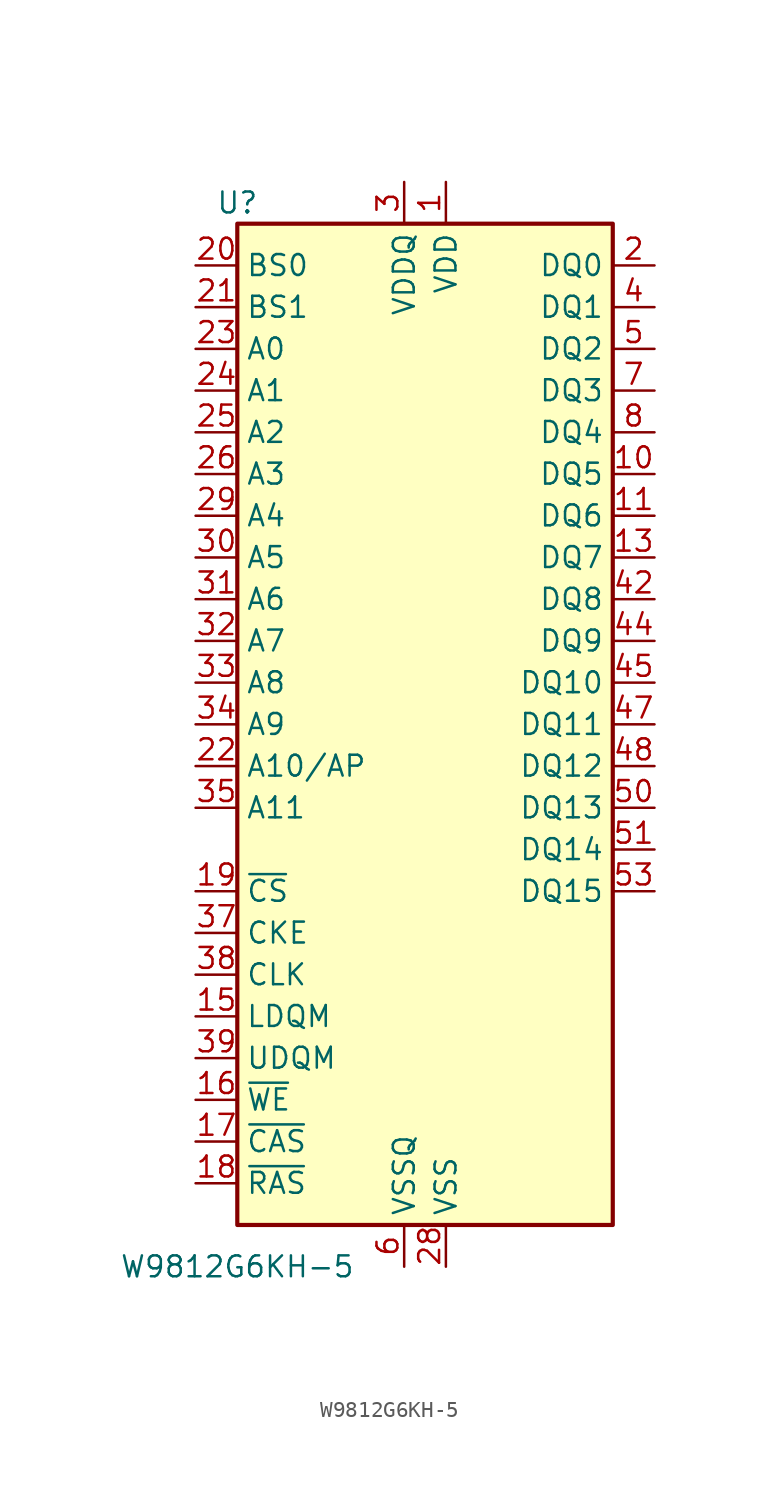
<source format=kicad_sym>
(kicad_symbol_lib
  (version 20220914)
  (generator kicad_symbol_editor)
  (symbol "W9812G6KH-5"
    (property "Reference" "U"
      (at -10.16 31.75 0)
      (effects (font (size 1.27 1.27))))
    (property "Value" "W9812G6KH-5"
      (at -10.16 -33.02 0)
      (effects (font (size 1.27 1.27))))
    (symbol "W9812G6KH-5_1_1"
      (rectangle (start -10.16 30.48) (end 12.7 -30.48) (stroke (width 0.254) (type solid)) (fill (type background)))
      (pin power_in line (at 2.54 33.02 270) (length 2.54) (name "VDD" (effects (font (size 1.27 1.27)))) (number "1" (effects (font (size 1.27 1.27)))))
      (pin bidirectional line (at 15.24 15.24 180) (length 2.54) (name "DQ5" (effects (font (size 1.27 1.27)))) (number "10" (effects (font (size 1.27 1.27)))))
      (pin bidirectional line (at 15.24 12.7 180) (length 2.54) (name "DQ6" (effects (font (size 1.27 1.27)))) (number "11" (effects (font (size 1.27 1.27)))))
      (pin passive line (at 0 -33.02 90) (length 2.54) hide (name "VSSQ" (effects (font (size 1.27 1.27)))) (number "12" (effects (font (size 1.27 1.27)))))
      (pin bidirectional line (at 15.24 10.16 180) (length 2.54) (name "DQ7" (effects (font (size 1.27 1.27)))) (number "13" (effects (font (size 1.27 1.27)))))
      (pin passive line (at 2.54 33.02 270) (length 2.54) hide (name "VDD" (effects (font (size 1.27 1.27)))) (number "14" (effects (font (size 1.27 1.27)))))
      (pin input line (at -12.7 -17.78 0) (length 2.54) (name "LDQM" (effects (font (size 1.27 1.27)))) (number "15" (effects (font (size 1.27 1.27)))))
      (pin input line (at -12.7 -22.86 0) (length 2.54) (name "~{WE}" (effects (font (size 1.27 1.27)))) (number "16" (effects (font (size 1.27 1.27)))))
      (pin input line (at -12.7 -25.4 0) (length 2.54) (name "~{CAS}" (effects (font (size 1.27 1.27)))) (number "17" (effects (font (size 1.27 1.27)))))
      (pin input line (at -12.7 -27.94 0) (length 2.54) (name "~{RAS}" (effects (font (size 1.27 1.27)))) (number "18" (effects (font (size 1.27 1.27)))))
      (pin input line (at -12.7 -10.16 0) (length 2.54) (name "~{CS}" (effects (font (size 1.27 1.27)))) (number "19" (effects (font (size 1.27 1.27)))))
      (pin bidirectional line (at 15.24 27.94 180) (length 2.54) (name "DQ0" (effects (font (size 1.27 1.27)))) (number "2" (effects (font (size 1.27 1.27)))))
      (pin input line (at -12.7 27.94 0) (length 2.54) (name "BS0" (effects (font (size 1.27 1.27)))) (number "20" (effects (font (size 1.27 1.27)))))
      (pin input line (at -12.7 25.4 0) (length 2.54) (name "BS1" (effects (font (size 1.27 1.27)))) (number "21" (effects (font (size 1.27 1.27)))))
      (pin input line (at -12.7 -2.54 0) (length 2.54) (name "A10/AP" (effects (font (size 1.27 1.27)))) (number "22" (effects (font (size 1.27 1.27)))))
      (pin input line (at -12.7 22.86 0) (length 2.54) (name "A0" (effects (font (size 1.27 1.27)))) (number "23" (effects (font (size 1.27 1.27)))))
      (pin input line (at -12.7 20.32 0) (length 2.54) (name "A1" (effects (font (size 1.27 1.27)))) (number "24" (effects (font (size 1.27 1.27)))))
      (pin input line (at -12.7 17.78 0) (length 2.54) (name "A2" (effects (font (size 1.27 1.27)))) (number "25" (effects (font (size 1.27 1.27)))))
      (pin input line (at -12.7 15.24 0) (length 2.54) (name "A3" (effects (font (size 1.27 1.27)))) (number "26" (effects (font (size 1.27 1.27)))))
      (pin passive line (at 2.54 33.02 270) (length 2.54) hide (name "VDD" (effects (font (size 1.27 1.27)))) (number "27" (effects (font (size 1.27 1.27)))))
      (pin power_in line (at 2.54 -33.02 90) (length 2.54) (name "VSS" (effects (font (size 1.27 1.27)))) (number "28" (effects (font (size 1.27 1.27)))))
      (pin input line (at -12.7 12.7 0) (length 2.54) (name "A4" (effects (font (size 1.27 1.27)))) (number "29" (effects (font (size 1.27 1.27)))))
      (pin power_in line (at 0 33.02 270) (length 2.54) (name "VDDQ" (effects (font (size 1.27 1.27)))) (number "3" (effects (font (size 1.27 1.27)))))
      (pin input line (at -12.7 10.16 0) (length 2.54) (name "A5" (effects (font (size 1.27 1.27)))) (number "30" (effects (font (size 1.27 1.27)))))
      (pin input line (at -12.7 7.62 0) (length 2.54) (name "A6" (effects (font (size 1.27 1.27)))) (number "31" (effects (font (size 1.27 1.27)))))
      (pin input line (at -12.7 5.08 0) (length 2.54) (name "A7" (effects (font (size 1.27 1.27)))) (number "32" (effects (font (size 1.27 1.27)))))
      (pin input line (at -12.7 2.54 0) (length 2.54) (name "A8" (effects (font (size 1.27 1.27)))) (number "33" (effects (font (size 1.27 1.27)))))
      (pin input line (at -12.7 0 0) (length 2.54) (name "A9" (effects (font (size 1.27 1.27)))) (number "34" (effects (font (size 1.27 1.27)))))
      (pin input line (at -12.7 -5.08 0) (length 2.54) (name "A11" (effects (font (size 1.27 1.27)))) (number "35" (effects (font (size 1.27 1.27)))))
      (pin no_connect line (at 12.7 -15.24 180) (length 2.54) hide (name "NC" (effects (font (size 1.27 1.27)))) (number "36" (effects (font (size 1.27 1.27)))))
      (pin input line (at -12.7 -12.7 0) (length 2.54) (name "CKE" (effects (font (size 1.27 1.27)))) (number "37" (effects (font (size 1.27 1.27)))))
      (pin input line (at -12.7 -15.24 0) (length 2.54) (name "CLK" (effects (font (size 1.27 1.27)))) (number "38" (effects (font (size 1.27 1.27)))))
      (pin input line (at -12.7 -20.32 0) (length 2.54) (name "UDQM" (effects (font (size 1.27 1.27)))) (number "39" (effects (font (size 1.27 1.27)))))
      (pin bidirectional line (at 15.24 25.4 180) (length 2.54) (name "DQ1" (effects (font (size 1.27 1.27)))) (number "4" (effects (font (size 1.27 1.27)))))
      (pin no_connect line (at 12.7 -17.78 180) (length 2.54) hide (name "NC" (effects (font (size 1.27 1.27)))) (number "40" (effects (font (size 1.27 1.27)))))
      (pin passive line (at 2.54 -33.02 90) (length 2.54) hide (name "VSS" (effects (font (size 1.27 1.27)))) (number "41" (effects (font (size 1.27 1.27)))))
      (pin bidirectional line (at 15.24 7.62 180) (length 2.54) (name "DQ8" (effects (font (size 1.27 1.27)))) (number "42" (effects (font (size 1.27 1.27)))))
      (pin passive line (at 0 33.02 270) (length 2.54) hide (name "VDDQ" (effects (font (size 1.27 1.27)))) (number "43" (effects (font (size 1.27 1.27)))))
      (pin bidirectional line (at 15.24 5.08 180) (length 2.54) (name "DQ9" (effects (font (size 1.27 1.27)))) (number "44" (effects (font (size 1.27 1.27)))))
      (pin bidirectional line (at 15.24 2.54 180) (length 2.54) (name "DQ10" (effects (font (size 1.27 1.27)))) (number "45" (effects (font (size 1.27 1.27)))))
      (pin passive line (at 0 -33.02 90) (length 2.54) hide (name "VSSQ" (effects (font (size 1.27 1.27)))) (number "46" (effects (font (size 1.27 1.27)))))
      (pin bidirectional line (at 15.24 0 180) (length 2.54) (name "DQ11" (effects (font (size 1.27 1.27)))) (number "47" (effects (font (size 1.27 1.27)))))
      (pin bidirectional line (at 15.24 -2.54 180) (length 2.54) (name "DQ12" (effects (font (size 1.27 1.27)))) (number "48" (effects (font (size 1.27 1.27)))))
      (pin passive line (at 0 33.02 270) (length 2.54) hide (name "VDDQ" (effects (font (size 1.27 1.27)))) (number "49" (effects (font (size 1.27 1.27)))))
      (pin bidirectional line (at 15.24 22.86 180) (length 2.54) (name "DQ2" (effects (font (size 1.27 1.27)))) (number "5" (effects (font (size 1.27 1.27)))))
      (pin bidirectional line (at 15.24 -5.08 180) (length 2.54) (name "DQ13" (effects (font (size 1.27 1.27)))) (number "50" (effects (font (size 1.27 1.27)))))
      (pin bidirectional line (at 15.24 -7.62 180) (length 2.54) (name "DQ14" (effects (font (size 1.27 1.27)))) (number "51" (effects (font (size 1.27 1.27)))))
      (pin passive line (at 0 -33.02 90) (length 2.54) hide (name "VSSQ" (effects (font (size 1.27 1.27)))) (number "52" (effects (font (size 1.27 1.27)))))
      (pin bidirectional line (at 15.24 -10.16 180) (length 2.54) (name "DQ15" (effects (font (size 1.27 1.27)))) (number "53" (effects (font (size 1.27 1.27)))))
      (pin passive line (at 2.54 -33.02 90) (length 2.54) hide (name "VSS" (effects (font (size 1.27 1.27)))) (number "54" (effects (font (size 1.27 1.27)))))
      (pin power_in line (at 0 -33.02 90) (length 2.54) (name "VSSQ" (effects (font (size 1.27 1.27)))) (number "6" (effects (font (size 1.27 1.27)))))
      (pin bidirectional line (at 15.24 20.32 180) (length 2.54) (name "DQ3" (effects (font (size 1.27 1.27)))) (number "7" (effects (font (size 1.27 1.27)))))
      (pin bidirectional line (at 15.24 17.78 180) (length 2.54) (name "DQ4" (effects (font (size 1.27 1.27)))) (number "8" (effects (font (size 1.27 1.27)))))
      (pin passive line (at 0 33.02 270) (length 2.54) hide (name "VDDQ" (effects (font (size 1.27 1.27)))) (number "9" (effects (font (size 1.27 1.27))))))))
</source>
